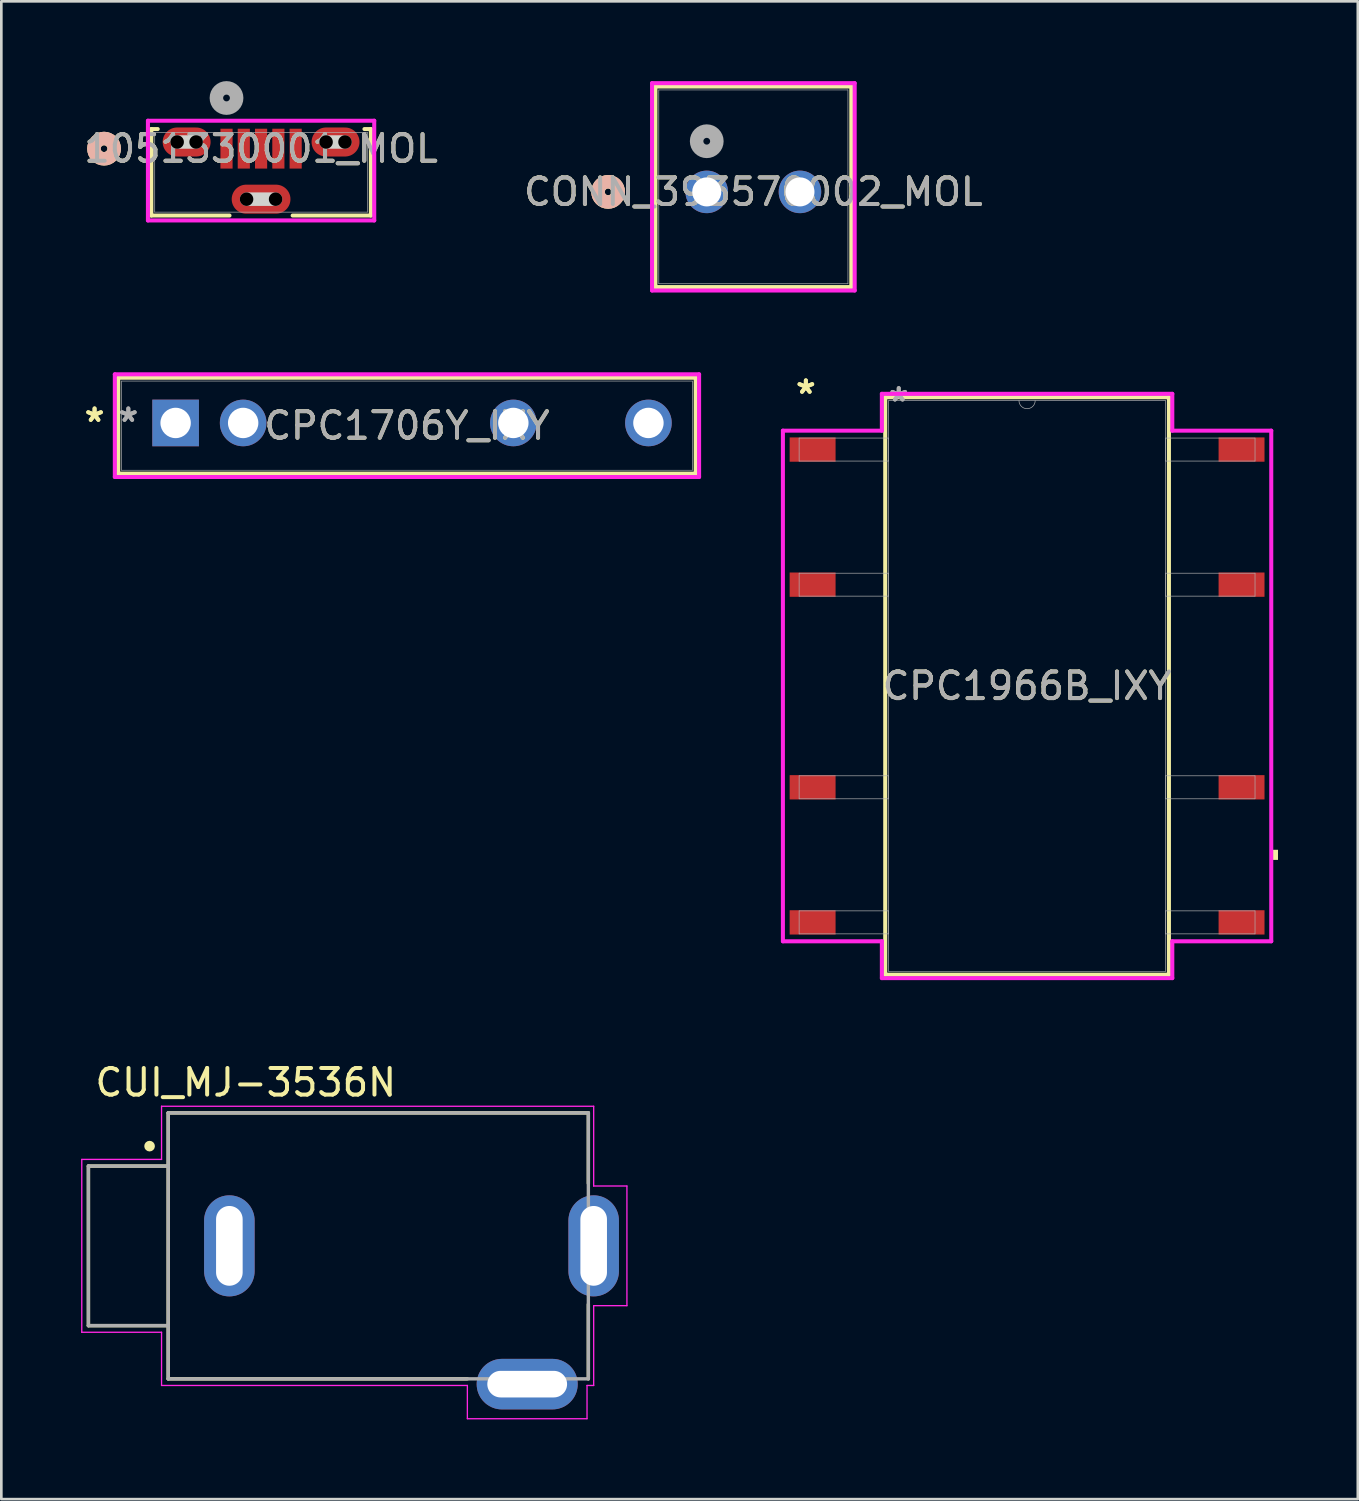
<source format=kicad_pcb>
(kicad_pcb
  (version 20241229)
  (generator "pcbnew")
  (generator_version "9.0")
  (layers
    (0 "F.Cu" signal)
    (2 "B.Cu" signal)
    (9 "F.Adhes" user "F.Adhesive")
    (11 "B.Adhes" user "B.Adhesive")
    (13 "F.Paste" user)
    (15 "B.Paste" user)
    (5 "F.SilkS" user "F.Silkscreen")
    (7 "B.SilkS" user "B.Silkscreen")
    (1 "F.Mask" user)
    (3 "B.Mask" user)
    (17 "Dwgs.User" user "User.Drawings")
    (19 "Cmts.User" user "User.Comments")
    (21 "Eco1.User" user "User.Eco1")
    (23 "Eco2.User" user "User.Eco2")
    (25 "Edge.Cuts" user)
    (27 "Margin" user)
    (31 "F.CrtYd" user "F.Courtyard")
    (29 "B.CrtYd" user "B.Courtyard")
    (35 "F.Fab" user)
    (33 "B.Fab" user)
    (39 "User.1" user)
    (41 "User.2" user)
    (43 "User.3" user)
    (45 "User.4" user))
  (footprint "1051330001_MOL"
    (layer "F.Cu")
    (at 6.768 3.429)
    (property "Reference" "1051330001_MOL" (at 0 -0.889 0) (unlocked yes) (layer "F.SilkS") (effects (font (size 1 1) (thickness 0.15))))
    (attr smd)
    (fp_line (start -4.128 -1.626) (end -4.128 1.626) (stroke (width 0.152) (type solid)) (layer "F.SilkS"))
    (fp_line (start -4.128 1.626) (end -1.187 1.626) (stroke (width 0.152) (type solid)) (layer "F.SilkS"))
    (fp_line (start -3.887 -1.626) (end -4.128 -1.626) (stroke (width 0.152) (type solid)) (layer "F.SilkS"))
    (fp_line (start 1.187 1.626) (end 4.128 1.626) (stroke (width 0.152) (type solid)) (layer "F.SilkS"))
    (fp_line (start 4.128 -1.626) (end 3.887 -1.626) (stroke (width 0.152) (type solid)) (layer "F.SilkS"))
    (fp_line (start 4.128 1.626) (end 4.128 -1.626) (stroke (width 0.152) (type solid)) (layer "F.SilkS"))
    (fp_circle (center -5.905 -0.889) (end -5.524 -0.889) (stroke (width 0.508) (type solid)) (fill no) (layer "F.SilkS"))
    (fp_circle (center -5.905 -0.889) (end -5.524 -0.889) (stroke (width 0.508) (type solid)) (fill no) (layer "B.SilkS"))
    (fp_line (start -3.156 -1.139) (end -2.444 -1.139) (stroke (width 0.508) (type solid)) (layer "Edge.Cuts"))
    (fp_line (start -0.546 1.011) (end 0.546 1.011) (stroke (width 0.508) (type solid)) (layer "Edge.Cuts"))
    (fp_line (start 2.444 -1.139) (end 3.156 -1.139) (stroke (width 0.508) (type solid)) (layer "Edge.Cuts"))
    (fp_line (start -4.255 -1.939) (end -4.255 1.811) (stroke (width 0.152) (type solid)) (layer "F.CrtYd"))
    (fp_line (start -4.255 1.811) (end 4.255 1.811) (stroke (width 0.152) (type solid)) (layer "F.CrtYd"))
    (fp_line (start 4.255 -1.939) (end -4.255 -1.939) (stroke (width 0.152) (type solid)) (layer "F.CrtYd"))
    (fp_line (start 4.255 1.811) (end 4.255 -1.939) (stroke (width 0.152) (type solid)) (layer "F.CrtYd"))
    (fp_line (start -4 -1.499) (end -4 1.499) (stroke (width 0.025) (type solid)) (layer "F.Fab"))
    (fp_line (start -4 1.499) (end 4 1.499) (stroke (width 0.025) (type solid)) (layer "F.Fab"))
    (fp_line (start 4 -1.499) (end -4 -1.499) (stroke (width 0.025) (type solid)) (layer "F.Fab"))
    (fp_line (start 4 1.499) (end 4 -1.499) (stroke (width 0.025) (type solid)) (layer "F.Fab"))
    (fp_circle (center -1.3 -2.794) (end -0.919 -2.794) (stroke (width 0.508) (type solid)) (fill no) (layer "F.Fab"))
    (fp_text user "${REFERENCE}" (at 0 -0.889 0) (unlocked yes) (layer "F.Fab") (effects (font (size 1 1) (thickness 0.15))))
    (pad "" np_thru_hole circle (at -3.156 -1.139) (size 0.508 0.508) (drill 0.508) (layers))
    (pad "" np_thru_hole circle (at -2.444 -1.139) (size 0.508 0.508) (drill 0.508) (layers))
    (pad "" np_thru_hole circle (at -0.546 1.011) (size 0.508 0.508) (drill 0.508) (layers))
    (pad "" np_thru_hole circle (at 0.546 1.011) (size 0.508 0.508) (drill 0.508) (layers))
    (pad "" np_thru_hole circle (at 2.444 -1.139) (size 0.508 0.508) (drill 0.508) (layers))
    (pad "" np_thru_hole circle (at 3.156 -1.139) (size 0.508 0.508) (drill 0.508) (layers))
    (pad "1" smd rect (at -1.3 -0.889) (size 0.457 1.499) (layers "F.Cu" "F.Mask" "F.Paste"))
    (pad "2" smd rect (at -0.65 -0.889) (size 0.457 1.499) (layers "F.Cu" "F.Mask" "F.Paste"))
    (pad "3" smd rect (at 0 -0.889) (size 0.457 1.499) (layers "F.Cu" "F.Mask" "F.Paste"))
    (pad "4" smd rect (at 0.65 -0.889) (size 0.457 1.499) (layers "F.Cu" "F.Mask" "F.Paste"))
    (pad "5" smd rect (at 1.3 -0.889) (size 0.457 1.499) (layers "F.Cu" "F.Mask" "F.Paste"))
    (pad "6" smd oval (at -2.8 -1.139) (size 1.803 1.092) (layers "F.Cu" "F.Mask" "F.Paste"))
    (pad "7" smd oval (at 2.8 -1.139) (size 1.803 1.092) (layers "F.Cu" "F.Mask" "F.Paste"))
    (pad "8" smd oval (at 0 1.011) (size 2.21 1.092) (layers "F.Cu" "F.Mask" "F.Paste")))
  (footprint "CONN_393570002_MOL"
    (layer "F.Cu")
    (at 23.527 4.166)
    (property "Reference" "CONN_393570002_MOL" (at 1.753 0 0) (unlocked yes) (layer "F.SilkS") (effects (font (size 1 1) (thickness 0.15))))
    (attr through_hole)
    (fp_line (start -1.93 -3.962) (end -1.93 3.581) (stroke (width 0.152) (type solid)) (layer "F.SilkS"))
    (fp_line (start -1.93 3.581) (end 5.436 3.581) (stroke (width 0.152) (type solid)) (layer "F.SilkS"))
    (fp_line (start 5.436 -3.962) (end -1.93 -3.962) (stroke (width 0.152) (type solid)) (layer "F.SilkS"))
    (fp_line (start 5.436 3.581) (end 5.436 -3.962) (stroke (width 0.152) (type solid)) (layer "F.SilkS"))
    (fp_circle (center -3.708 0) (end -3.327 0) (stroke (width 0.508) (type solid)) (fill no) (layer "F.SilkS"))
    (fp_circle (center -3.708 0) (end -3.327 0) (stroke (width 0.508) (type solid)) (fill no) (layer "B.SilkS"))
    (fp_line (start -2.057 -4.089) (end -2.057 3.708) (stroke (width 0.152) (type solid)) (layer "F.CrtYd"))
    (fp_line (start -2.057 3.708) (end 5.563 3.708) (stroke (width 0.152) (type solid)) (layer "F.CrtYd"))
    (fp_line (start 5.563 -4.089) (end -2.057 -4.089) (stroke (width 0.152) (type solid)) (layer "F.CrtYd"))
    (fp_line (start 5.563 3.708) (end 5.563 -4.089) (stroke (width 0.152) (type solid)) (layer "F.CrtYd"))
    (fp_line (start -1.803 -3.835) (end -1.803 3.454) (stroke (width 0.025) (type solid)) (layer "F.Fab"))
    (fp_line (start -1.803 3.454) (end 5.309 3.454) (stroke (width 0.025) (type solid)) (layer "F.Fab"))
    (fp_line (start 5.309 -3.835) (end -1.803 -3.835) (stroke (width 0.025) (type solid)) (layer "F.Fab"))
    (fp_line (start 5.309 3.454) (end 5.309 -3.835) (stroke (width 0.025) (type solid)) (layer "F.Fab"))
    (fp_circle (center 0 -1.905) (end 0.381 -1.905) (stroke (width 0.508) (type solid)) (fill no) (layer "F.Fab"))
    (fp_text user "${REFERENCE}" (at 1.753 0 0) (unlocked yes) (layer "F.Fab") (effects (font (size 1 1) (thickness 0.15))))
    (pad "1" thru_hole circle (at 0 0) (size 1.6 1.6) (drill 1.092) (layers "*.Cu" "*.Mask"))
    (pad "2" thru_hole circle (at 3.505 0) (size 1.6 1.6) (drill 1.092) (layers "*.Cu" "*.Mask")))
  (footprint "CUI_MJ-3536N"
    (layer "F.Cu")
    (at 11.175 43.8)
    (property "Reference" "CUI_MJ-3536N" (at -4.982 -6.143 0) (layer "F.SilkS") (effects (font (size 1.001 1.001) (thickness 0.15))))
    (attr through_hole)
    (fp_line (start -10.9 -3) (end -10.9 3) (stroke (width 0.127) (type solid)) (layer "F.SilkS"))
    (fp_line (start -10.9 3) (end -7.9 3) (stroke (width 0.127) (type solid)) (layer "F.SilkS"))
    (fp_line (start -7.9 -5) (end -7.9 -3) (stroke (width 0.127) (type solid)) (layer "F.SilkS"))
    (fp_line (start -7.9 -5) (end 7.9 -5) (stroke (width 0.127) (type solid)) (layer "F.SilkS"))
    (fp_line (start -7.9 -3) (end -10.9 -3) (stroke (width 0.127) (type solid)) (layer "F.SilkS"))
    (fp_line (start -7.9 -3) (end -7.9 3) (stroke (width 0.127) (type solid)) (layer "F.SilkS"))
    (fp_line (start -7.9 3) (end -7.9 5) (stroke (width 0.127) (type solid)) (layer "F.SilkS"))
    (fp_line (start -7.9 5) (end 3.35 5) (stroke (width 0.127) (type solid)) (layer "F.SilkS"))
    (fp_line (start 7.9 -5) (end 7.9 -2.35) (stroke (width 0.127) (type solid)) (layer "F.SilkS"))
    (fp_line (start 7.9 5) (end 7.9 2.2) (stroke (width 0.127) (type solid)) (layer "F.SilkS"))
    (fp_circle (center -8.6 -3.75) (end -8.5 -3.75) (stroke (width 0.2) (type solid)) (fill no) (layer "F.SilkS"))
    (fp_line (start -11.15 -3.25) (end -8.15 -3.25) (stroke (width 0.05) (type solid)) (layer "F.CrtYd"))
    (fp_line (start -11.15 3.25) (end -11.15 -3.25) (stroke (width 0.05) (type solid)) (layer "F.CrtYd"))
    (fp_line (start -8.15 -5.25) (end 8.1 -5.25) (stroke (width 0.05) (type solid)) (layer "F.CrtYd"))
    (fp_line (start -8.15 -3.25) (end -8.15 -5.25) (stroke (width 0.05) (type solid)) (layer "F.CrtYd"))
    (fp_line (start -8.15 3.25) (end -11.15 3.25) (stroke (width 0.05) (type solid)) (layer "F.CrtYd"))
    (fp_line (start -8.15 5.25) (end -8.15 3.25) (stroke (width 0.05) (type solid)) (layer "F.CrtYd"))
    (fp_line (start 3.35 5.25) (end -8.15 5.25) (stroke (width 0.05) (type solid)) (layer "F.CrtYd"))
    (fp_line (start 3.35 6.5) (end 3.35 5.25) (stroke (width 0.05) (type solid)) (layer "F.CrtYd"))
    (fp_line (start 7.85 5.25) (end 7.85 6.5) (stroke (width 0.05) (type solid)) (layer "F.CrtYd"))
    (fp_line (start 7.85 6.5) (end 3.35 6.5) (stroke (width 0.05) (type solid)) (layer "F.CrtYd"))
    (fp_line (start 8.1 -5.25) (end 8.1 -2.25) (stroke (width 0.05) (type solid)) (layer "F.CrtYd"))
    (fp_line (start 8.1 -2.25) (end 9.35 -2.25) (stroke (width 0.05) (type solid)) (layer "F.CrtYd"))
    (fp_line (start 8.1 2.25) (end 8.1 5.25) (stroke (width 0.05) (type solid)) (layer "F.CrtYd"))
    (fp_line (start 8.1 5.25) (end 7.85 5.25) (stroke (width 0.05) (type solid)) (layer "F.CrtYd"))
    (fp_line (start 9.35 -2.25) (end 9.35 2.25) (stroke (width 0.05) (type solid)) (layer "F.CrtYd"))
    (fp_line (start 9.35 2.25) (end 8.1 2.25) (stroke (width 0.05) (type solid)) (layer "F.CrtYd"))
    (fp_line (start -10.9 -3) (end -10.9 3) (stroke (width 0.127) (type solid)) (layer "F.Fab"))
    (fp_line (start -10.9 3) (end -7.9 3) (stroke (width 0.127) (type solid)) (layer "F.Fab"))
    (fp_line (start -7.9 -5) (end 7.9 -5) (stroke (width 0.127) (type solid)) (layer "F.Fab"))
    (fp_line (start -7.9 -3) (end -10.9 -3) (stroke (width 0.127) (type solid)) (layer "F.Fab"))
    (fp_line (start -7.9 -3) (end -7.9 -5) (stroke (width 0.127) (type solid)) (layer "F.Fab"))
    (fp_line (start -7.9 3) (end -7.9 -3) (stroke (width 0.127) (type solid)) (layer "F.Fab"))
    (fp_line (start -7.9 5) (end -7.9 3) (stroke (width 0.127) (type solid)) (layer "F.Fab"))
    (fp_line (start 7.9 -5) (end 7.9 5) (stroke (width 0.127) (type solid)) (layer "F.Fab"))
    (fp_line (start 7.9 5) (end -7.9 5) (stroke (width 0.127) (type solid)) (layer "F.Fab"))
    (pad "1" thru_hole oval (at -5.6 0) (size 1.9 3.8) (drill oval 1 3) (layers "*.Cu" "*.Mask"))
    (pad "2" thru_hole oval (at 8.1 0) (size 1.9 3.8) (drill oval 1 3) (layers "*.Cu" "*.Mask"))
    (pad "3" thru_hole oval (at 5.6 5.2) (size 3.8 1.9) (drill oval 3 1) (layers "*.Cu" "*.Mask")))
  (footprint "CPC1966B_IXY"
    (layer "F.Cu")
    (at 35.573 22.746)
    (property "Reference" "CPC1966B_IXY" (at 0 0 0) (unlocked yes) (layer "F.SilkS") (effects (font (size 1 1) (thickness 0.15))))
    (attr smd)
    (fp_line (start -5.334 -10.858) (end -5.334 10.858) (stroke (width 0.152) (type solid)) (layer "F.SilkS"))
    (fp_line (start -5.334 10.858) (end 5.334 10.858) (stroke (width 0.152) (type solid)) (layer "F.SilkS"))
    (fp_line (start 5.334 -10.858) (end -5.334 -10.858) (stroke (width 0.152) (type solid)) (layer "F.SilkS"))
    (fp_line (start 5.334 10.858) (end 5.334 -10.858) (stroke (width 0.152) (type solid)) (layer "F.SilkS"))
    (fp_poly (pts (xy 9.436 6.16) (xy 9.436 6.54) (xy 9.182 6.54) (xy 9.182 6.16)) (stroke (width 0) (type solid)) (fill yes) (layer "F.SilkS"))
    (fp_line (start -9.182 -9.601) (end -5.461 -9.601) (stroke (width 0.152) (type solid)) (layer "F.CrtYd"))
    (fp_line (start -9.182 9.601) (end -9.182 -9.601) (stroke (width 0.152) (type solid)) (layer "F.CrtYd"))
    (fp_line (start -9.182 9.601) (end -5.461 9.601) (stroke (width 0.152) (type solid)) (layer "F.CrtYd"))
    (fp_line (start -5.461 -10.986) (end 5.461 -10.986) (stroke (width 0.152) (type solid)) (layer "F.CrtYd"))
    (fp_line (start -5.461 -9.601) (end -5.461 -10.986) (stroke (width 0.152) (type solid)) (layer "F.CrtYd"))
    (fp_line (start -5.461 10.986) (end -5.461 9.601) (stroke (width 0.152) (type solid)) (layer "F.CrtYd"))
    (fp_line (start 5.461 -10.986) (end 5.461 -9.601) (stroke (width 0.152) (type solid)) (layer "F.CrtYd"))
    (fp_line (start 5.461 9.601) (end 5.461 10.986) (stroke (width 0.152) (type solid)) (layer "F.CrtYd"))
    (fp_line (start 5.461 10.986) (end -5.461 10.986) (stroke (width 0.152) (type solid)) (layer "F.CrtYd"))
    (fp_line (start 9.182 -9.601) (end 5.461 -9.601) (stroke (width 0.152) (type solid)) (layer "F.CrtYd"))
    (fp_line (start 9.182 -9.601) (end 9.182 9.601) (stroke (width 0.152) (type solid)) (layer "F.CrtYd"))
    (fp_line (start 9.182 9.601) (end 5.461 9.601) (stroke (width 0.152) (type solid)) (layer "F.CrtYd"))
    (fp_line (start -8.572 -9.322) (end -8.572 -8.458) (stroke (width 0.025) (type solid)) (layer "F.Fab"))
    (fp_line (start -8.572 -8.458) (end -5.207 -8.458) (stroke (width 0.025) (type solid)) (layer "F.Fab"))
    (fp_line (start -8.572 -4.242) (end -8.572 -3.378) (stroke (width 0.025) (type solid)) (layer "F.Fab"))
    (fp_line (start -8.572 -3.378) (end -5.207 -3.378) (stroke (width 0.025) (type solid)) (layer "F.Fab"))
    (fp_line (start -8.572 3.378) (end -8.572 4.242) (stroke (width 0.025) (type solid)) (layer "F.Fab"))
    (fp_line (start -8.572 4.242) (end -5.207 4.242) (stroke (width 0.025) (type solid)) (layer "F.Fab"))
    (fp_line (start -8.572 8.458) (end -8.572 9.322) (stroke (width 0.025) (type solid)) (layer "F.Fab"))
    (fp_line (start -8.572 9.322) (end -5.207 9.322) (stroke (width 0.025) (type solid)) (layer "F.Fab"))
    (fp_line (start -5.207 -10.732) (end -5.207 10.732) (stroke (width 0.025) (type solid)) (layer "F.Fab"))
    (fp_line (start -5.207 -9.322) (end -8.572 -9.322) (stroke (width 0.025) (type solid)) (layer "F.Fab"))
    (fp_line (start -5.207 -8.458) (end -5.207 -9.322) (stroke (width 0.025) (type solid)) (layer "F.Fab"))
    (fp_line (start -5.207 -4.242) (end -8.572 -4.242) (stroke (width 0.025) (type solid)) (layer "F.Fab"))
    (fp_line (start -5.207 -3.378) (end -5.207 -4.242) (stroke (width 0.025) (type solid)) (layer "F.Fab"))
    (fp_line (start -5.207 3.378) (end -8.572 3.378) (stroke (width 0.025) (type solid)) (layer "F.Fab"))
    (fp_line (start -5.207 4.242) (end -5.207 3.378) (stroke (width 0.025) (type solid)) (layer "F.Fab"))
    (fp_line (start -5.207 8.458) (end -8.572 8.458) (stroke (width 0.025) (type solid)) (layer "F.Fab"))
    (fp_line (start -5.207 9.322) (end -5.207 8.458) (stroke (width 0.025) (type solid)) (layer "F.Fab"))
    (fp_line (start -5.207 10.732) (end 5.207 10.732) (stroke (width 0.025) (type solid)) (layer "F.Fab"))
    (fp_line (start 5.207 -10.732) (end -5.207 -10.732) (stroke (width 0.025) (type solid)) (layer "F.Fab"))
    (fp_line (start 5.207 -9.322) (end 5.207 -8.458) (stroke (width 0.025) (type solid)) (layer "F.Fab"))
    (fp_line (start 5.207 -8.458) (end 8.572 -8.458) (stroke (width 0.025) (type solid)) (layer "F.Fab"))
    (fp_line (start 5.207 -4.242) (end 5.207 -3.378) (stroke (width 0.025) (type solid)) (layer "F.Fab"))
    (fp_line (start 5.207 -3.378) (end 8.572 -3.378) (stroke (width 0.025) (type solid)) (layer "F.Fab"))
    (fp_line (start 5.207 3.378) (end 5.207 4.242) (stroke (width 0.025) (type solid)) (layer "F.Fab"))
    (fp_line (start 5.207 4.242) (end 8.572 4.242) (stroke (width 0.025) (type solid)) (layer "F.Fab"))
    (fp_line (start 5.207 8.458) (end 5.207 9.322) (stroke (width 0.025) (type solid)) (layer "F.Fab"))
    (fp_line (start 5.207 9.322) (end 8.572 9.322) (stroke (width 0.025) (type solid)) (layer "F.Fab"))
    (fp_line (start 5.207 10.732) (end 5.207 -10.732) (stroke (width 0.025) (type solid)) (layer "F.Fab"))
    (fp_line (start 8.572 -9.322) (end 5.207 -9.322) (stroke (width 0.025) (type solid)) (layer "F.Fab"))
    (fp_line (start 8.572 -8.458) (end 8.572 -9.322) (stroke (width 0.025) (type solid)) (layer "F.Fab"))
    (fp_line (start 8.572 -4.242) (end 5.207 -4.242) (stroke (width 0.025) (type solid)) (layer "F.Fab"))
    (fp_line (start 8.572 -3.378) (end 8.572 -4.242) (stroke (width 0.025) (type solid)) (layer "F.Fab"))
    (fp_line (start 8.572 3.378) (end 5.207 3.378) (stroke (width 0.025) (type solid)) (layer "F.Fab"))
    (fp_line (start 8.572 4.242) (end 8.572 3.378) (stroke (width 0.025) (type solid)) (layer "F.Fab"))
    (fp_line (start 8.572 8.458) (end 5.207 8.458) (stroke (width 0.025) (type solid)) (layer "F.Fab"))
    (fp_line (start 8.572 9.322) (end 8.572 8.458) (stroke (width 0.025) (type solid)) (layer "F.Fab"))
    (fp_arc (start 0.3048 -10.7315) (mid 0 -10.4267) (end -0.3048 -10.7315) (stroke (width 0.0254) (type solid)) (layer "F.Fab"))
    (fp_text user "*" (at -8.319 -10.947 0) (unlocked yes) (layer "F.SilkS") (effects (font (size 1 1) (thickness 0.15))))
    (fp_text user "*" (at -8.319 -10.947 0) (layer "F.SilkS") (effects (font (size 1 1) (thickness 0.15))))
    (fp_text user "${REFERENCE}" (at 0 0 0) (unlocked yes) (layer "F.Fab") (effects (font (size 1 1) (thickness 0.15))))
    (fp_text user "*" (at -4.826 -10.655 0) (layer "F.Fab") (effects (font (size 1 1) (thickness 0.15))))
    (fp_text user "*" (at -4.826 -10.655 0) (unlocked yes) (layer "F.Fab") (effects (font (size 1 1) (thickness 0.15))))
    (pad "1" smd rect (at -8.065 -8.89) (size 1.727 0.914) (layers "F.Cu" "F.Mask" "F.Paste"))
    (pad "2" smd rect (at -8.065 -3.81) (size 1.727 0.914) (layers "F.Cu" "F.Mask" "F.Paste"))
    (pad "3" smd rect (at -8.065 3.81) (size 1.727 0.914) (layers "F.Cu" "F.Mask" "F.Paste"))
    (pad "4" smd rect (at -8.065 8.89) (size 1.727 0.914) (layers "F.Cu" "F.Mask" "F.Paste"))
    (pad "5" smd rect (at 8.065 8.89) (size 1.727 0.914) (layers "F.Cu" "F.Mask" "F.Paste"))
    (pad "6" smd rect (at 8.065 3.81) (size 1.727 0.914) (layers "F.Cu" "F.Mask" "F.Paste"))
    (pad "7" smd rect (at 8.065 -3.81) (size 1.727 0.914) (layers "F.Cu" "F.Mask" "F.Paste"))
    (pad "8" smd rect (at 8.065 -8.89) (size 1.727 0.914) (layers "F.Cu" "F.Mask" "F.Paste")))
  (footprint "CPC1706Y_IXY"
    (layer "F.Cu")
    (at 3.554 12.855)
    (property "Reference" "CPC1706Y_IXY" (at 8.7 0.102 0) (unlocked yes) (layer "F.SilkS") (effects (font (size 1 1) (thickness 0.15))))
    (attr through_hole)
    (fp_line (start -2.159 -1.702) (end -2.159 1.905) (stroke (width 0.152) (type solid)) (layer "F.SilkS"))
    (fp_line (start -2.159 1.905) (end 19.558 1.905) (stroke (width 0.152) (type solid)) (layer "F.SilkS"))
    (fp_line (start 19.558 -1.702) (end -2.159 -1.702) (stroke (width 0.152) (type solid)) (layer "F.SilkS"))
    (fp_line (start 19.558 1.905) (end 19.558 -1.702) (stroke (width 0.152) (type solid)) (layer "F.SilkS"))
    (fp_line (start -2.286 -1.829) (end 19.685 -1.829) (stroke (width 0.152) (type solid)) (layer "F.CrtYd"))
    (fp_line (start -2.286 2.032) (end -2.286 -1.829) (stroke (width 0.152) (type solid)) (layer "F.CrtYd"))
    (fp_line (start 19.685 -1.829) (end 19.685 2.032) (stroke (width 0.152) (type solid)) (layer "F.CrtYd"))
    (fp_line (start 19.685 2.032) (end -2.286 2.032) (stroke (width 0.152) (type solid)) (layer "F.CrtYd"))
    (fp_line (start -2.032 -1.575) (end -2.032 1.778) (stroke (width 0.025) (type solid)) (layer "F.Fab"))
    (fp_line (start -2.032 1.778) (end 19.431 1.778) (stroke (width 0.025) (type solid)) (layer "F.Fab"))
    (fp_line (start 19.431 -1.575) (end -2.032 -1.575) (stroke (width 0.025) (type solid)) (layer "F.Fab"))
    (fp_line (start 19.431 1.778) (end 19.431 -1.575) (stroke (width 0.025) (type solid)) (layer "F.Fab"))
    (fp_text user "*" (at -3.048 0 0) (unlocked yes) (layer "F.SilkS") (effects (font (size 1 1) (thickness 0.15))))
    (fp_text user "*" (at -3.048 0 0) (layer "F.SilkS") (effects (font (size 1 1) (thickness 0.15))))
    (fp_text user "*" (at -1.778 0 0) (layer "F.Fab") (effects (font (size 1 1) (thickness 0.15))))
    (fp_text user "${REFERENCE}" (at 8.7 0.102 0) (unlocked yes) (layer "F.Fab") (effects (font (size 1 1) (thickness 0.15))))
    (fp_text user "*" (at -1.778 0 0) (unlocked yes) (layer "F.Fab") (effects (font (size 1 1) (thickness 0.15))))
    (pad "1" thru_hole rect (at 0 0) (size 1.753 1.753) (drill 1.143) (layers "*.Cu" "*.Mask"))
    (pad "2" thru_hole circle (at 2.54 0) (size 1.753 1.753) (drill 1.143) (layers "*.Cu" "*.Mask"))
    (pad "3" thru_hole circle (at 12.7 0) (size 1.753 1.753) (drill 1.143) (layers "*.Cu" "*.Mask"))
    (pad "4" thru_hole circle (at 17.78 0) (size 1.753 1.753) (drill 1.143) (layers "*.Cu" "*.Mask")))
  (gr_rect
    (start -3 -3)
    (end 48.01 53.325)
    (stroke (width 0.1) (type default))
    (fill no)
    (layer "Edge.Cuts")))
</source>
